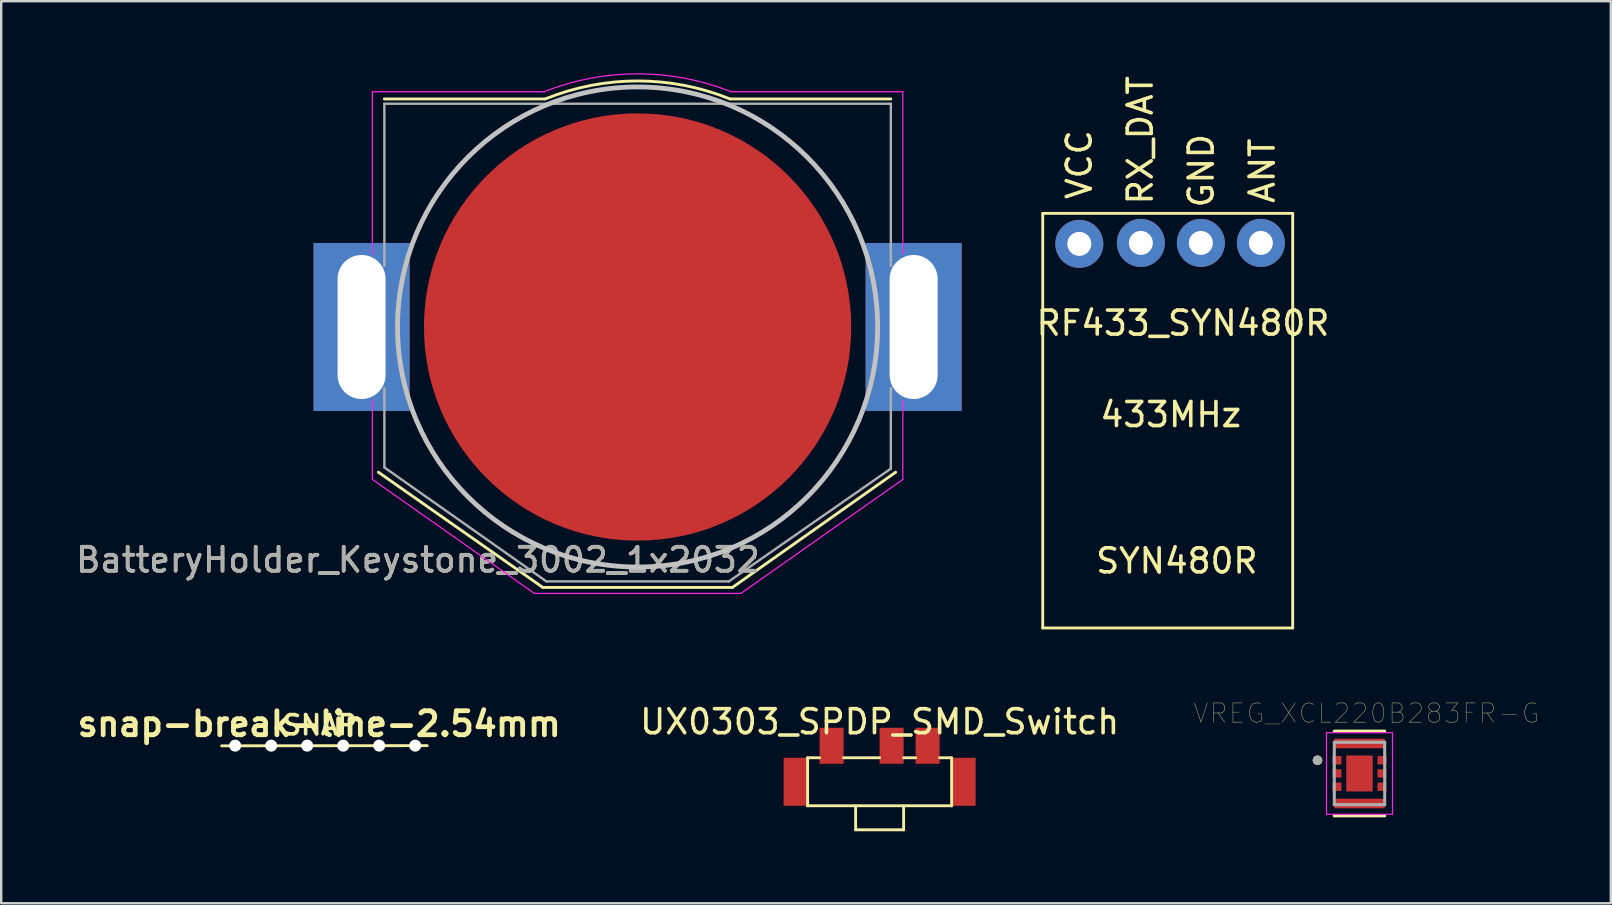
<source format=kicad_pcb>
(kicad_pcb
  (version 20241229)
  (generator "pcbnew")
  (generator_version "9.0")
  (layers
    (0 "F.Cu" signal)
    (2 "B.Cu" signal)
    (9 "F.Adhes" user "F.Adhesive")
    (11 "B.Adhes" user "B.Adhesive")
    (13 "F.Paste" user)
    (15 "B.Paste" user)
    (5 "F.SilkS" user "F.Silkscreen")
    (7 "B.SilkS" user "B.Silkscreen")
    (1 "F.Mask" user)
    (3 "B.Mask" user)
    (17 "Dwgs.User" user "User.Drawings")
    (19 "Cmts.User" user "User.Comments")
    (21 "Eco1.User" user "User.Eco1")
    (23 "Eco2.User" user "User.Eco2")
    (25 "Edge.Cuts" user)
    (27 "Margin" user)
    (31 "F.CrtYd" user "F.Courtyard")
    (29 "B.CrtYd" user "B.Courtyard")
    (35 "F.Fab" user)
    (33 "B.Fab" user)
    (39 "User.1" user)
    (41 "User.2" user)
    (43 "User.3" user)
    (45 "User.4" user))
  (footprint "snap-break-line-2.54mm"
    (layer "F.Cu")
    (at 10.248 27.514)
    (property "Reference" "snap-break-line-2.54mm" (at 0 -0.406 0) (layer "F.SilkS") (effects (font (size 1 1) (thickness 0.2))))
    (attr through_hole)
    (fp_line (start -4.064 0.508) (end 4.5 0.5) (stroke (width 0.12) (type solid)) (layer "F.SilkS"))
    (fp_text user "SNAP" (at 0.025 -0.356 0) (layer "F.SilkS") (effects (font (size 0.8 0.8) (thickness 0.15))))
    (pad "" np_thru_hole circle (at -3.5 0.5) (size 0.5 0.5) (drill 0.5) (layers "*.Cu" "*.Mask"))
    (pad "" np_thru_hole circle (at -2 0.5) (size 0.5 0.5) (drill 0.5) (layers "*.Cu" "*.Mask"))
    (pad "" np_thru_hole circle (at -0.5 0.5) (size 0.5 0.5) (drill 0.5) (layers "*.Cu" "*.Mask"))
    (pad "" np_thru_hole circle (at 1 0.5) (size 0.5 0.5) (drill 0.5) (layers "*.Cu" "*.Mask"))
    (pad "" np_thru_hole circle (at 2.5 0.5) (size 0.5 0.5) (drill 0.5) (layers "*.Cu" "*.Mask"))
    (pad "" np_thru_hole circle (at 4 0.5) (size 0.5 0.5) (drill 0.5) (layers "*.Cu" "*.Mask")))
  (footprint "UX0303_SPDP_SMD_Switch"
    (layer "F.Cu")
    (at 33.596 26.52)
    (property "Reference" "UX0303_SPDP_SMD_Switch" (at 0 0.5 0) (layer "F.SilkS") (effects (font (size 1 1) (thickness 0.15))))
    (attr through_hole)
    (fp_line (start -3 4) (end -3 2) (stroke (width 0.12) (type solid)) (layer "F.SilkS"))
    (fp_line (start -2.5 2) (end -3 2) (stroke (width 0.12) (type solid)) (layer "F.SilkS"))
    (fp_line (start -1 4) (end -1 5) (stroke (width 0.12) (type solid)) (layer "F.SilkS"))
    (fp_line (start -1 5) (end 1 5) (stroke (width 0.12) (type solid)) (layer "F.SilkS"))
    (fp_line (start 0 2) (end -1.5 2) (stroke (width 0.12) (type solid)) (layer "F.SilkS"))
    (fp_line (start 1 5) (end 1 4) (stroke (width 0.12) (type solid)) (layer "F.SilkS"))
    (fp_line (start 1.5 2) (end 1 2) (stroke (width 0.12) (type solid)) (layer "F.SilkS"))
    (fp_line (start 3 2) (end 2.5 2) (stroke (width 0.12) (type solid)) (layer "F.SilkS"))
    (fp_line (start 3 2) (end 3 4) (stroke (width 0.12) (type solid)) (layer "F.SilkS"))
    (fp_line (start 3 4) (end -3 4) (stroke (width 0.12) (type solid)) (layer "F.SilkS"))
    (pad "1" smd rect (at 2 1.5) (size 1 1.5) (layers "F.Cu" "F.Mask" "F.Paste"))
    (pad "2" smd rect (at 0.5 1.5) (size 1 1.5) (layers "F.Cu" "F.Mask" "F.Paste"))
    (pad "3" smd rect (at -2 1.5) (size 1 1.5) (layers "F.Cu" "F.Mask" "F.Paste"))
    (pad "X" smd rect (at -3.5 3) (size 1 2) (layers "F.Cu" "F.Mask" "F.Paste"))
    (pad "X" smd rect (at 3.5 3) (size 1 2) (layers "F.Cu" "F.Mask" "F.Paste")))
  (footprint "VREG_XCL220B283FR-G"
    (layer "F.Cu")
    (at 53.588 29.174)
    (property "Reference" "VREG_XCL220B283FR-G" (at 0.29 -2.508 0) (layer "F.SilkS") (effects (font (size 0.8 0.8) (thickness 0.015))))
    (attr through_hole)
    (fp_line (start 1.05 -1.764) (end -1.05 -1.764) (stroke (width 0.127) (type solid)) (layer "F.SilkS"))
    (fp_line (start 1.05 1.764) (end -1.05 1.764) (stroke (width 0.127) (type solid)) (layer "F.SilkS"))
    (fp_circle (center -1.75 -0.55) (end -1.65 -0.55) (stroke (width 0.2) (type solid)) (fill no) (layer "F.SilkS"))
    (fp_poly (pts (xy -1.1 -0.7) (xy -0.8 -0.7) (xy -0.8 -0.4) (xy -1.1 -0.4)) (stroke (width 0.01) (type solid)) (fill yes) (layer "F.Paste"))
    (fp_poly (pts (xy -1.1 -0.15) (xy -0.8 -0.15) (xy -0.8 0.15) (xy -1.1 0.15)) (stroke (width 0.01) (type solid)) (fill yes) (layer "F.Paste"))
    (fp_poly (pts (xy -1.1 0.4) (xy -0.8 0.4) (xy -0.8 0.7) (xy -1.1 0.7)) (stroke (width 0.01) (type solid)) (fill yes) (layer "F.Paste"))
    (fp_poly (pts (xy -1.025 -1.425) (xy 1.025 -1.425) (xy 1.025 -1.1) (xy -1.025 -1.1)) (stroke (width 0.01) (type solid)) (fill yes) (layer "F.Paste"))
    (fp_poly (pts (xy -1.025 1.1) (xy 1.025 1.1) (xy 1.025 1.425) (xy -1.025 1.425)) (stroke (width 0.01) (type solid)) (fill yes) (layer "F.Paste"))
    (fp_poly (pts (xy -0.45 -0.65) (xy 0.45 -0.65) (xy 0.45 -0.25) (xy -0.45 -0.25)) (stroke (width 0.01) (type solid)) (fill yes) (layer "F.Paste"))
    (fp_poly (pts (xy -0.45 0.25) (xy 0.45 0.25) (xy 0.45 0.65) (xy -0.45 0.65)) (stroke (width 0.01) (type solid)) (fill yes) (layer "F.Paste"))
    (fp_poly (pts (xy 0.8 -0.7) (xy 1.1 -0.7) (xy 1.1 -0.4) (xy 0.8 -0.4)) (stroke (width 0.01) (type solid)) (fill yes) (layer "F.Paste"))
    (fp_poly (pts (xy 0.8 -0.15) (xy 1.1 -0.15) (xy 1.1 0.15) (xy 0.8 0.15)) (stroke (width 0.01) (type solid)) (fill yes) (layer "F.Paste"))
    (fp_poly (pts (xy 0.8 0.4) (xy 1.1 0.4) (xy 1.1 0.7) (xy 0.8 0.7)) (stroke (width 0.01) (type solid)) (fill yes) (layer "F.Paste"))
    (fp_line (start -1.375 -1.7) (end -1.375 1.7) (stroke (width 0.05) (type solid)) (layer "F.CrtYd"))
    (fp_line (start -1.375 1.7) (end 1.375 1.7) (stroke (width 0.05) (type solid)) (layer "F.CrtYd"))
    (fp_line (start 1.375 -1.7) (end -1.375 -1.7) (stroke (width 0.05) (type solid)) (layer "F.CrtYd"))
    (fp_line (start 1.375 1.7) (end 1.375 -1.7) (stroke (width 0.05) (type solid)) (layer "F.CrtYd"))
    (fp_line (start -1.05 -1.3) (end -1.05 1.3) (stroke (width 0.127) (type solid)) (layer "F.Fab"))
    (fp_line (start -1.05 1.3) (end 1.05 1.3) (stroke (width 0.127) (type solid)) (layer "F.Fab"))
    (fp_line (start 1.05 -1.3) (end -1.05 -1.3) (stroke (width 0.127) (type solid)) (layer "F.Fab"))
    (fp_line (start 1.05 1.3) (end 1.05 -1.3) (stroke (width 0.127) (type solid)) (layer "F.Fab"))
    (fp_circle (center -1.75 -0.55) (end -1.65 -0.55) (stroke (width 0.2) (type solid)) (fill no) (layer "F.Fab"))
    (pad "1" smd rect (at -0.938 -0.55) (size 0.375 0.35) (layers "F.Cu" "F.Mask"))
    (pad "2" smd rect (at -0.938 0) (size 0.375 0.35) (layers "F.Cu" "F.Mask"))
    (pad "3" smd rect (at -0.938 0.55) (size 0.375 0.35) (layers "F.Cu" "F.Mask"))
    (pad "4" smd rect (at 0.938 0.55) (size 0.375 0.35) (layers "F.Cu" "F.Mask"))
    (pad "5" smd rect (at 0.938 0) (size 0.375 0.35) (layers "F.Cu" "F.Mask"))
    (pad "6" smd rect (at 0.938 -0.55) (size 0.375 0.35) (layers "F.Cu" "F.Mask"))
    (pad "7" smd rect (at 0 -1.25) (size 2.1 0.4) (layers "F.Cu" "F.Mask"))
    (pad "8" smd rect (at 0 1.25) (size 2.1 0.4) (layers "F.Cu" "F.Mask"))
    (pad "9" smd rect (at 0 0) (size 1.1 1.5) (layers "F.Cu" "F.Mask")))
  (footprint "RF433_SYN480R"
    (layer "F.Cu")
    (at 45.979 4.57)
    (property "Reference" "RF433_SYN480R" (at 0.254 5.842 0) (layer "F.SilkS") (effects (font (size 1 1) (thickness 0.15))))
    (attr through_hole)
    (fp_line (start -5.588 1.27) (end -5.588 18.542) (stroke (width 0.12) (type solid)) (layer "F.SilkS"))
    (fp_line (start -5.588 18.542) (end 4.826 18.542) (stroke (width 0.12) (type solid)) (layer "F.SilkS"))
    (fp_line (start 4.826 1.27) (end -5.588 1.27) (stroke (width 0.12) (type solid)) (layer "F.SilkS"))
    (fp_line (start 4.826 18.542) (end 4.826 1.27) (stroke (width 0.12) (type solid)) (layer "F.SilkS"))
    (fp_text user "ANT" (at 3.556 -0.508 90) (layer "F.SilkS") (effects (font (size 1 1) (thickness 0.15))))
    (fp_text user "VCC" (at -4.064 -0.762 90) (layer "F.SilkS") (effects (font (size 1 1) (thickness 0.15))))
    (fp_text user "GND" (at 1.016 -0.508 90) (layer "F.SilkS") (effects (font (size 1 1) (thickness 0.15))))
    (fp_text user "SYN480R" (at 0 15.748 0) (layer "F.SilkS") (effects (font (size 1 1) (thickness 0.15))))
    (fp_text user "433MHz" (at -0.254 9.652 0) (layer "F.SilkS") (effects (font (size 1 1) (thickness 0.15))))
    (fp_text user "RX_DAT" (at -1.524 -1.778 90) (layer "F.SilkS") (effects (font (size 1 1) (thickness 0.15))))
    (pad "1" thru_hole circle (at -4.064 2.54) (size 2 2) (drill 1) (layers "*.Cu" "*.Mask"))
    (pad "2" thru_hole circle (at -1.5 2.5) (size 2 2) (drill 1) (layers "*.Cu" "*.Mask"))
    (pad "3" thru_hole circle (at 1 2.5) (size 2 2) (drill 1) (layers "*.Cu" "*.Mask"))
    (pad "4" thru_hole circle (at 3.5 2.5) (size 2 2) (drill 1) (layers "*.Cu" "*.Mask")))
  (footprint "BatteryHolder_Keystone_3002_1x2032"
    (layer "F.Cu")
    (at 23.513 10.573)
    (property "Reference" "BatteryHolder_Keystone_3002_1x2032" (at -9.15 9.7 0) (layer "F.SilkS") (effects (font (size 1 1) (thickness 0.15))))
    (attr smd)
    (fp_line (start -10.8 6.05) (end -3.95 10.85) (stroke (width 0.12) (type solid)) (layer "F.SilkS"))
    (fp_line (start -10.55 -9.5) (end -3.85 -9.5) (stroke (width 0.12) (type solid)) (layer "F.SilkS"))
    (fp_line (start -3.95 10.85) (end 3.95 10.85) (stroke (width 0.12) (type solid)) (layer "F.SilkS"))
    (fp_line (start 3.95 10.85) (end 10.75 6.05) (stroke (width 0.12) (type solid)) (layer "F.SilkS"))
    (fp_line (start 10.55 -9.5) (end 3.85 -9.5) (stroke (width 0.12) (type solid)) (layer "F.SilkS"))
    (fp_arc (start -3.846385 -9.501464) (mid 0.00195 -10.250487) (end 3.85 -9.5) (stroke (width 0.12) (type solid)) (layer "F.SilkS"))
    (fp_circle (center 0 0) (end 10 0) (stroke (width 0.2) (type solid)) (fill no) (layer "Dwgs.User"))
    (fp_line (start -11.05 -9.8) (end -3.9 -9.8) (stroke (width 0.05) (type solid)) (layer "F.CrtYd"))
    (fp_line (start -11.05 -3.05) (end -11.05 -9.8) (stroke (width 0.05) (type solid)) (layer "F.CrtYd"))
    (fp_line (start -11.05 6.35) (end -11.05 3.05) (stroke (width 0.05) (type solid)) (layer "F.CrtYd"))
    (fp_line (start -4.3 11.1) (end -11.05 6.35) (stroke (width 0.05) (type solid)) (layer "F.CrtYd"))
    (fp_line (start 4.3 11.1) (end -4.3 11.1) (stroke (width 0.05) (type solid)) (layer "F.CrtYd"))
    (fp_line (start 11.05 -9.8) (end 3.9 -9.8) (stroke (width 0.05) (type solid)) (layer "F.CrtYd"))
    (fp_line (start 11.05 -9.8) (end 11.05 -3.05) (stroke (width 0.05) (type solid)) (layer "F.CrtYd"))
    (fp_line (start 11.05 3.05) (end 11.05 6.35) (stroke (width 0.05) (type solid)) (layer "F.CrtYd"))
    (fp_line (start 11.05 6.35) (end 4.3 11.1) (stroke (width 0.05) (type solid)) (layer "F.CrtYd"))
    (fp_arc (start -3.9 -9.8) (mid 0 -10.547512) (end 3.9 -9.8) (stroke (width 0.05) (type solid)) (layer "F.CrtYd"))
    (fp_line (start -10.55 -2.55) (end -10.55 -9.3) (stroke (width 0.1) (type solid)) (layer "F.Fab"))
    (fp_line (start -10.55 2.55) (end -10.55 5.85) (stroke (width 0.1) (type solid)) (layer "F.Fab"))
    (fp_line (start -10.55 5.85) (end -3.8 10.6) (stroke (width 0.1) (type solid)) (layer "F.Fab"))
    (fp_line (start -3.8 10.6) (end 3.8 10.6) (stroke (width 0.1) (type solid)) (layer "F.Fab"))
    (fp_line (start 10.55 -9.3) (end -10.55 -9.3) (stroke (width 0.1) (type solid)) (layer "F.Fab"))
    (fp_line (start 10.55 -2.55) (end 10.55 -9.3) (stroke (width 0.1) (type solid)) (layer "F.Fab"))
    (fp_line (start 10.55 2.55) (end 10.55 5.9) (stroke (width 0.1) (type solid)) (layer "F.Fab"))
    (fp_line (start 10.55 5.9) (end 3.8 10.6) (stroke (width 0.1) (type solid)) (layer "F.Fab"))
    (fp_text user "${REFERENCE}" (at -9.15 9.7 0) (layer "F.Fab") (effects (font (size 1 1) (thickness 0.15))))
    (pad "1" thru_hole rect (at -11.5 0) (size 4 7) (drill oval 2 6) (layers "*.Cu" "*.Mask"))
    (pad "1" thru_hole rect (at 11.5 0) (size 4 7) (drill oval 2 6) (layers "*.Cu" "*.Mask"))
    (pad "2" smd circle (at 0 0) (size 17.8 17.8) (layers "F.Cu" "F.Mask")))
  (gr_rect
    (start -3 -3)
    (end 64.059 34.58)
    (stroke (width 0.1) (type default))
    (fill no)
    (layer "Edge.Cuts")))
</source>
